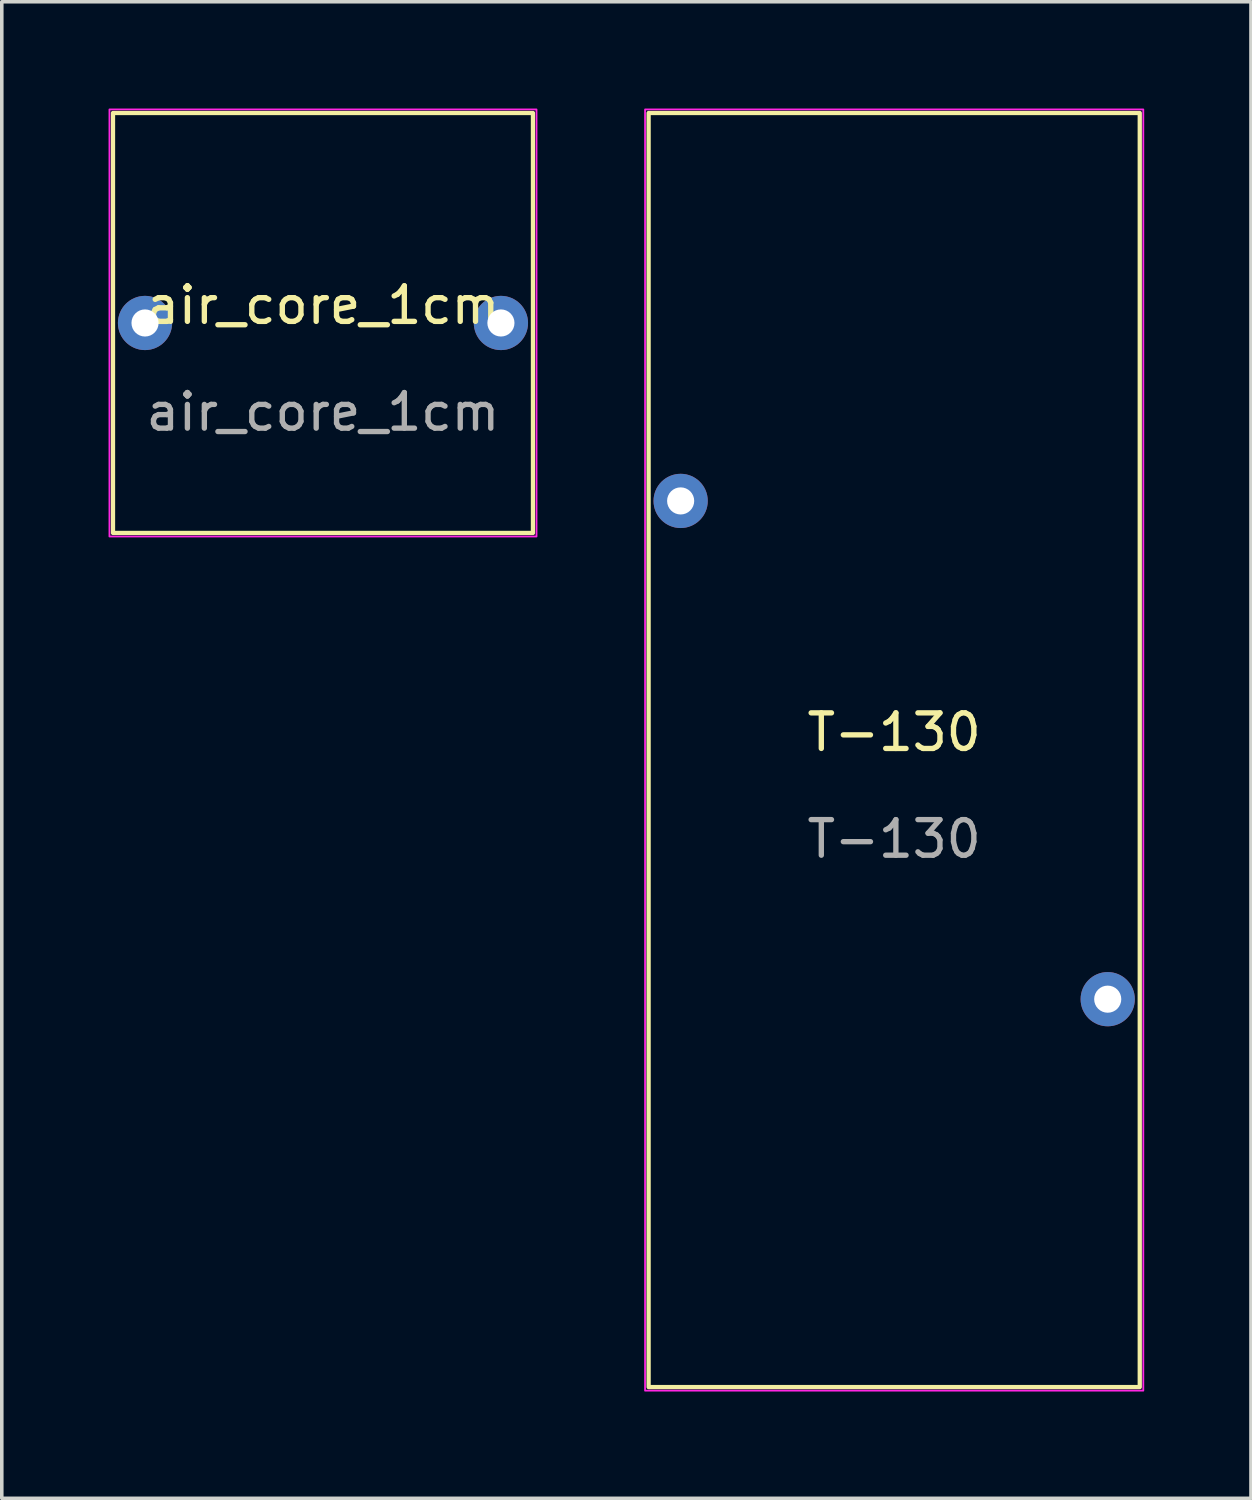
<source format=kicad_pcb>
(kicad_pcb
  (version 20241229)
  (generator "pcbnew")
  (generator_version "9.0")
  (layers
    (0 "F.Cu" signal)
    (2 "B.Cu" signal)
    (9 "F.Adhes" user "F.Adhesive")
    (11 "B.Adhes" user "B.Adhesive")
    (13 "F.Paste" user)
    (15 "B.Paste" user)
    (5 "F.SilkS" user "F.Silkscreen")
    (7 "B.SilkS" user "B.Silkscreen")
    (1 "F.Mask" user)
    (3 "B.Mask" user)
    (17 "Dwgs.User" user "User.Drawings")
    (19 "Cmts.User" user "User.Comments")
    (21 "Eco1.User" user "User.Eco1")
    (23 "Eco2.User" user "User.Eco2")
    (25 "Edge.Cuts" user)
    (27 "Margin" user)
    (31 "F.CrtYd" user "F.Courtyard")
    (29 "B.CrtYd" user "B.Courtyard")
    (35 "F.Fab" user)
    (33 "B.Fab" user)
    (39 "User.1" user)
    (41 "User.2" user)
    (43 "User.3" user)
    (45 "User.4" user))
  (footprint "T-130"
    (layer "F.Cu")
    (at 22.075 18.025)
    (property "Reference" "T-130" (at 0 -0.5 0) (unlocked yes) (layer "F.SilkS") (effects (font (size 1 1) (thickness 0.15))))
    (attr through_hole)
    (fp_rect (start -6.9 -17.9) (end 6.9 17.9) (stroke (width 0.12) (type solid)) (fill no) (layer "F.SilkS"))
    (fp_rect (start -7 -18) (end 7 18) (stroke (width 0.05) (type solid)) (fill no) (layer "F.CrtYd"))
    (fp_text user "${REFERENCE}" (at 0 2.5 0) (unlocked yes) (layer "F.Fab") (effects (font (size 1 1) (thickness 0.15))))
    (pad "1" thru_hole circle (at -6 -7) (size 1.524 1.524) (drill 0.762) (layers "*.Cu" "*.Mask"))
    (pad "2" thru_hole circle (at 6 7) (size 1.524 1.524) (drill 0.762) (layers "*.Cu" "*.Mask")))
  (footprint "air_core_1cm"
    (layer "F.Cu")
    (at 6.025 6.025)
    (property "Reference" "air_core_1cm" (at 0 -0.5 0) (unlocked yes) (layer "F.SilkS") (effects (font (size 1 1) (thickness 0.15))))
    (attr through_hole)
    (fp_rect (start -5.9 -5.9) (end 5.9 5.9) (stroke (width 0.12) (type solid)) (fill no) (layer "F.SilkS"))
    (fp_rect (start -6 -6) (end 6 6) (stroke (width 0.05) (type solid)) (fill no) (layer "F.CrtYd"))
    (fp_text user "${REFERENCE}" (at 0 2.5 0) (unlocked yes) (layer "F.Fab") (effects (font (size 1 1) (thickness 0.15))))
    (pad "1" thru_hole circle (at -5 0) (size 1.524 1.524) (drill 0.762) (layers "*.Cu" "*.Mask"))
    (pad "2" thru_hole circle (at 5 0) (size 1.524 1.524) (drill 0.762) (layers "*.Cu" "*.Mask")))
  (gr_rect
    (start -3 -3)
    (end 32.1 39.05)
    (stroke (width 0.1) (type default))
    (fill no)
    (layer "Edge.Cuts")))
</source>
